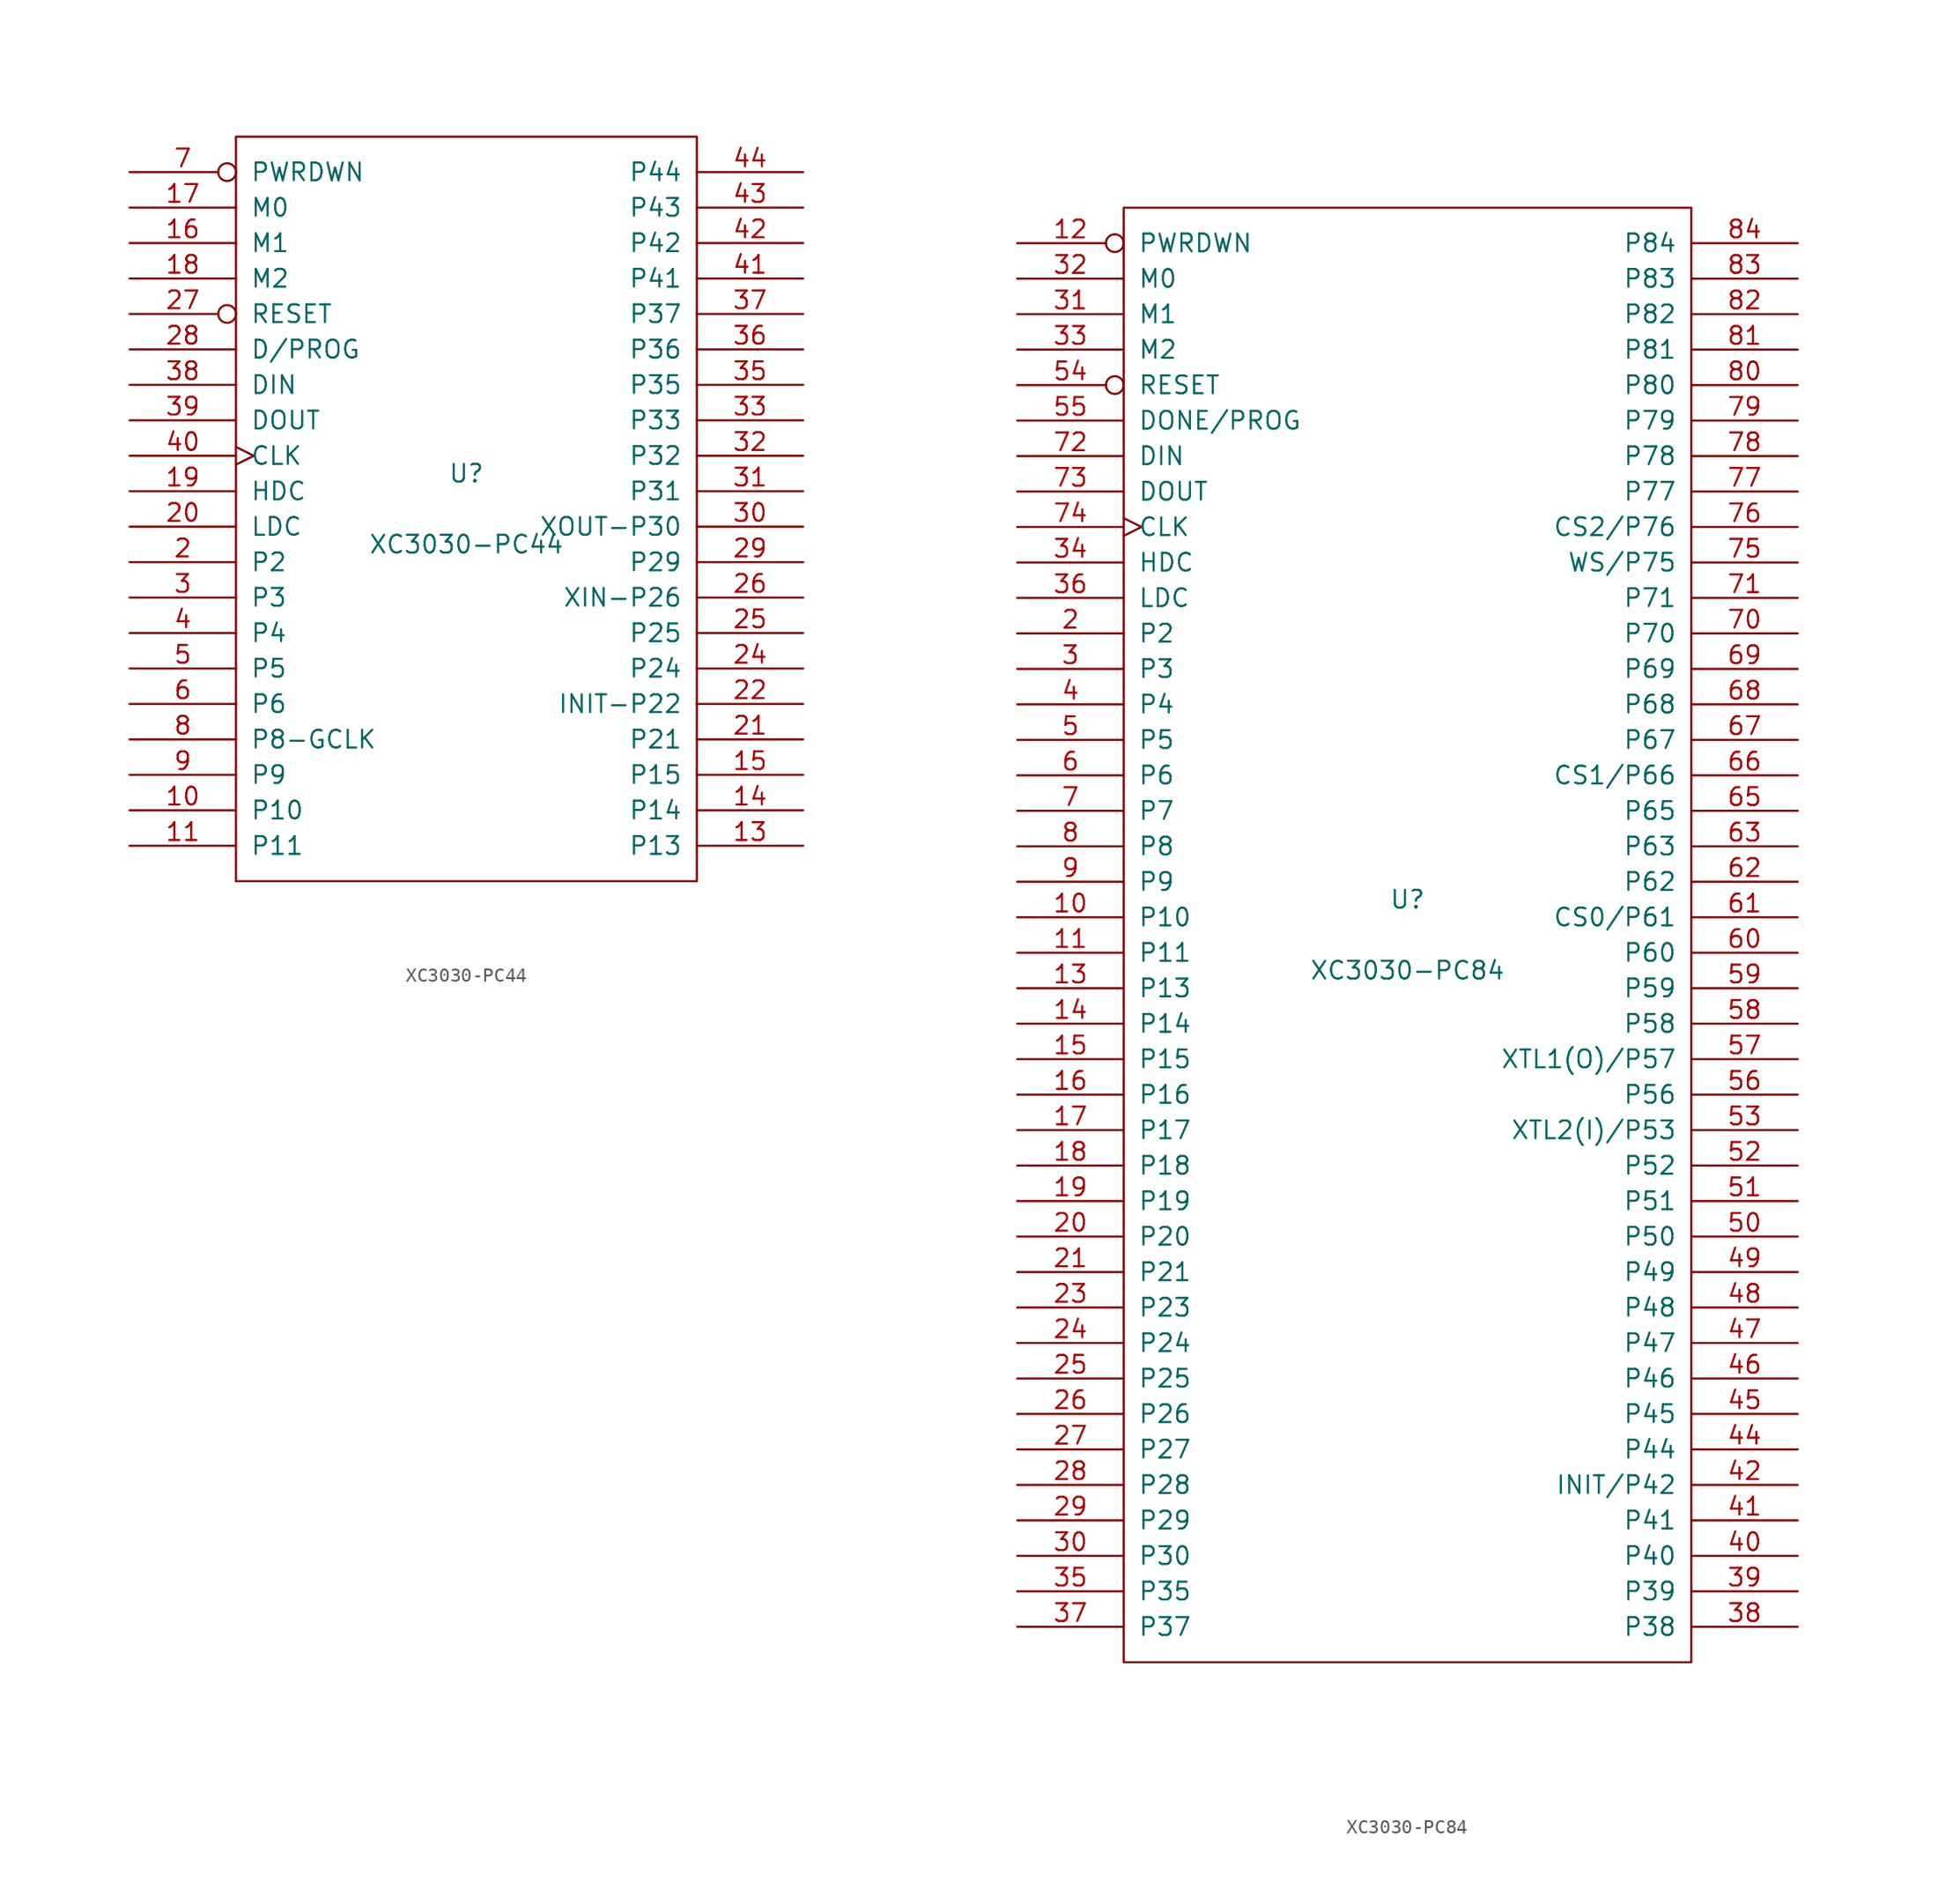
<source format=kicad_sym>
(kicad_symbol_lib
  (version 20201005)
  (generator kicad_symbol_editor)
  (symbol "XC3030-PC44"
    (pin_names
      (offset 1.016))
    (property "Reference" "U"
      (at 0 2.54 0)
      (effects (font (size 1.27 1.27))))
    (property "Value" "XC3030-PC44"
      (at 0 -2.54 0)
      (effects (font (size 1.27 1.27))))
    (symbol "XC3030-PC44_0_1"
      (rectangle (start -16.51 -26.67) (end 16.51 26.67) (stroke (width 0)) (fill (type none))))
    (symbol "XC3030-PC44_1_1"
      (pin power_in line (at 1.27 -26.67 90) (length 0) hide (name "GND" (effects (font (size 1.27 1.27)))) (number "1" (effects (font (size 1.27 1.27)))))
      (pin passive line (at -24.13 -21.59 0) (length 7.62) (name "P10" (effects (font (size 1.27 1.27)))) (number "10" (effects (font (size 1.27 1.27)))))
      (pin passive line (at -24.13 -24.13 0) (length 7.62) (name "P11" (effects (font (size 1.27 1.27)))) (number "11" (effects (font (size 1.27 1.27)))))
      (pin power_in line (at -1.27 26.67 270) (length 0) hide (name "VCC" (effects (font (size 1.27 1.27)))) (number "12" (effects (font (size 1.27 1.27)))))
      (pin passive line (at 24.13 -24.13 180) (length 7.62) (name "P13" (effects (font (size 1.27 1.27)))) (number "13" (effects (font (size 1.27 1.27)))))
      (pin bidirectional line (at 24.13 -21.59 180) (length 7.62) (name "P14" (effects (font (size 1.27 1.27)))) (number "14" (effects (font (size 1.27 1.27)))))
      (pin passive line (at 24.13 -19.05 180) (length 7.62) (name "P15" (effects (font (size 1.27 1.27)))) (number "15" (effects (font (size 1.27 1.27)))))
      (pin input line (at -24.13 19.05 0) (length 7.62) (name "M1" (effects (font (size 1.27 1.27)))) (number "16" (effects (font (size 1.27 1.27)))))
      (pin input line (at -24.13 21.59 0) (length 7.62) (name "M0" (effects (font (size 1.27 1.27)))) (number "17" (effects (font (size 1.27 1.27)))))
      (pin bidirectional line (at -24.13 16.51 0) (length 7.62) (name "M2" (effects (font (size 1.27 1.27)))) (number "18" (effects (font (size 1.27 1.27)))))
      (pin output line (at -24.13 1.27 0) (length 7.62) (name "HDC" (effects (font (size 1.27 1.27)))) (number "19" (effects (font (size 1.27 1.27)))))
      (pin passive line (at -24.13 -3.81 0) (length 7.62) (name "P2" (effects (font (size 1.27 1.27)))) (number "2" (effects (font (size 1.27 1.27)))))
      (pin output line (at -24.13 -1.27 0) (length 7.62) (name "LDC" (effects (font (size 1.27 1.27)))) (number "20" (effects (font (size 1.27 1.27)))))
      (pin passive line (at 24.13 -16.51 180) (length 7.62) (name "P21" (effects (font (size 1.27 1.27)))) (number "21" (effects (font (size 1.27 1.27)))))
      (pin passive line (at 24.13 -13.97 180) (length 7.62) (name "INIT-P22" (effects (font (size 1.27 1.27)))) (number "22" (effects (font (size 1.27 1.27)))))
      (pin power_in line (at 3.81 -26.67 90) (length 0) hide (name "GND" (effects (font (size 1.27 1.27)))) (number "23" (effects (font (size 1.27 1.27)))))
      (pin passive line (at 24.13 -11.43 180) (length 7.62) (name "P24" (effects (font (size 1.27 1.27)))) (number "24" (effects (font (size 1.27 1.27)))))
      (pin passive line (at 24.13 -8.89 180) (length 7.62) (name "P25" (effects (font (size 1.27 1.27)))) (number "25" (effects (font (size 1.27 1.27)))))
      (pin passive line (at 24.13 -6.35 180) (length 7.62) (name "XIN-P26" (effects (font (size 1.27 1.27)))) (number "26" (effects (font (size 1.27 1.27)))))
      (pin input inverted (at -24.13 13.97 0) (length 7.62) (name "RESET" (effects (font (size 1.27 1.27)))) (number "27" (effects (font (size 1.27 1.27)))))
      (pin bidirectional line (at -24.13 11.43 0) (length 7.62) (name "D/PROG" (effects (font (size 1.27 1.27)))) (number "28" (effects (font (size 1.27 1.27)))))
      (pin passive line (at 24.13 -3.81 180) (length 7.62) (name "P29" (effects (font (size 1.27 1.27)))) (number "29" (effects (font (size 1.27 1.27)))))
      (pin passive line (at -24.13 -6.35 0) (length 7.62) (name "P3" (effects (font (size 1.27 1.27)))) (number "3" (effects (font (size 1.27 1.27)))))
      (pin passive line (at 24.13 -1.27 180) (length 7.62) (name "XOUT-P30" (effects (font (size 1.27 1.27)))) (number "30" (effects (font (size 1.27 1.27)))))
      (pin passive line (at 24.13 1.27 180) (length 7.62) (name "P31" (effects (font (size 1.27 1.27)))) (number "31" (effects (font (size 1.27 1.27)))))
      (pin passive line (at 24.13 3.81 180) (length 7.62) (name "P32" (effects (font (size 1.27 1.27)))) (number "32" (effects (font (size 1.27 1.27)))))
      (pin passive line (at 24.13 6.35 180) (length 7.62) (name "P33" (effects (font (size 1.27 1.27)))) (number "33" (effects (font (size 1.27 1.27)))))
      (pin power_in line (at 1.27 26.67 270) (length 0) hide (name "VCC" (effects (font (size 1.27 1.27)))) (number "34" (effects (font (size 1.27 1.27)))))
      (pin passive line (at 24.13 8.89 180) (length 7.62) (name "P35" (effects (font (size 1.27 1.27)))) (number "35" (effects (font (size 1.27 1.27)))))
      (pin passive line (at 24.13 11.43 180) (length 7.62) (name "P36" (effects (font (size 1.27 1.27)))) (number "36" (effects (font (size 1.27 1.27)))))
      (pin passive line (at 24.13 13.97 180) (length 7.62) (name "P37" (effects (font (size 1.27 1.27)))) (number "37" (effects (font (size 1.27 1.27)))))
      (pin bidirectional line (at -24.13 8.89 0) (length 7.62) (name "DIN" (effects (font (size 1.27 1.27)))) (number "38" (effects (font (size 1.27 1.27)))))
      (pin bidirectional line (at -24.13 6.35 0) (length 7.62) (name "DOUT" (effects (font (size 1.27 1.27)))) (number "39" (effects (font (size 1.27 1.27)))))
      (pin passive line (at -24.13 -8.89 0) (length 7.62) (name "P4" (effects (font (size 1.27 1.27)))) (number "4" (effects (font (size 1.27 1.27)))))
      (pin input clock (at -24.13 3.81 0) (length 7.62) (name "CLK" (effects (font (size 1.27 1.27)))) (number "40" (effects (font (size 1.27 1.27)))))
      (pin passive line (at 24.13 16.51 180) (length 7.62) (name "P41" (effects (font (size 1.27 1.27)))) (number "41" (effects (font (size 1.27 1.27)))))
      (pin passive line (at 24.13 19.05 180) (length 7.62) (name "P42" (effects (font (size 1.27 1.27)))) (number "42" (effects (font (size 1.27 1.27)))))
      (pin passive line (at 24.13 21.59 180) (length 7.62) (name "P43" (effects (font (size 1.27 1.27)))) (number "43" (effects (font (size 1.27 1.27)))))
      (pin passive line (at 24.13 24.13 180) (length 7.62) (name "P44" (effects (font (size 1.27 1.27)))) (number "44" (effects (font (size 1.27 1.27)))))
      (pin passive line (at -24.13 -11.43 0) (length 7.62) (name "P5" (effects (font (size 1.27 1.27)))) (number "5" (effects (font (size 1.27 1.27)))))
      (pin passive line (at -24.13 -13.97 0) (length 7.62) (name "P6" (effects (font (size 1.27 1.27)))) (number "6" (effects (font (size 1.27 1.27)))))
      (pin input inverted (at -24.13 24.13 0) (length 7.62) (name "PWRDWN" (effects (font (size 1.27 1.27)))) (number "7" (effects (font (size 1.27 1.27)))))
      (pin passive line (at -24.13 -16.51 0) (length 7.62) (name "P8-GCLK" (effects (font (size 1.27 1.27)))) (number "8" (effects (font (size 1.27 1.27)))))
      (pin bidirectional line (at -24.13 -19.05 0) (length 7.62) (name "P9" (effects (font (size 1.27 1.27)))) (number "9" (effects (font (size 1.27 1.27)))))))
  (symbol "XC3030-PC84"
    (pin_names
      (offset 1.016))
    (property "Reference" "U"
      (at 0 2.54 0)
      (effects (font (size 1.27 1.27))))
    (property "Value" "XC3030-PC84"
      (at 0 -2.54 0)
      (effects (font (size 1.27 1.27))))
    (symbol "XC3030-PC84_0_1"
      (rectangle (start -20.32 -52.07) (end 20.32 52.07) (stroke (width 0)) (fill (type none))))
    (symbol "XC3030-PC84_1_1"
      (pin power_in line (at -2.54 -52.07 90) (length 0) hide (name "GND" (effects (font (size 1.27 1.27)))) (number "1" (effects (font (size 1.27 1.27)))))
      (pin passive line (at -27.94 1.27 0) (length 7.62) (name "P10" (effects (font (size 1.27 1.27)))) (number "10" (effects (font (size 1.27 1.27)))))
      (pin passive line (at -27.94 -1.27 0) (length 7.62) (name "P11" (effects (font (size 1.27 1.27)))) (number "11" (effects (font (size 1.27 1.27)))))
      (pin input inverted (at -27.94 49.53 0) (length 7.62) (name "PWRDWN" (effects (font (size 1.27 1.27)))) (number "12" (effects (font (size 1.27 1.27)))))
      (pin passive line (at -27.94 -3.81 0) (length 7.62) (name "P13" (effects (font (size 1.27 1.27)))) (number "13" (effects (font (size 1.27 1.27)))))
      (pin passive line (at -27.94 -6.35 0) (length 7.62) (name "P14" (effects (font (size 1.27 1.27)))) (number "14" (effects (font (size 1.27 1.27)))))
      (pin passive line (at -27.94 -8.89 0) (length 7.62) (name "P15" (effects (font (size 1.27 1.27)))) (number "15" (effects (font (size 1.27 1.27)))))
      (pin passive line (at -27.94 -11.43 0) (length 7.62) (name "P16" (effects (font (size 1.27 1.27)))) (number "16" (effects (font (size 1.27 1.27)))))
      (pin passive line (at -27.94 -13.97 0) (length 7.62) (name "P17" (effects (font (size 1.27 1.27)))) (number "17" (effects (font (size 1.27 1.27)))))
      (pin passive line (at -27.94 -16.51 0) (length 7.62) (name "P18" (effects (font (size 1.27 1.27)))) (number "18" (effects (font (size 1.27 1.27)))))
      (pin passive line (at -27.94 -19.05 0) (length 7.62) (name "P19" (effects (font (size 1.27 1.27)))) (number "19" (effects (font (size 1.27 1.27)))))
      (pin passive line (at -27.94 21.59 0) (length 7.62) (name "P2" (effects (font (size 1.27 1.27)))) (number "2" (effects (font (size 1.27 1.27)))))
      (pin passive line (at -27.94 -21.59 0) (length 7.62) (name "P20" (effects (font (size 1.27 1.27)))) (number "20" (effects (font (size 1.27 1.27)))))
      (pin passive line (at -27.94 -24.13 0) (length 7.62) (name "P21" (effects (font (size 1.27 1.27)))) (number "21" (effects (font (size 1.27 1.27)))))
      (pin power_in line (at 0 52.07 270) (length 0) hide (name "VCC" (effects (font (size 1.27 1.27)))) (number "22" (effects (font (size 1.27 1.27)))))
      (pin passive line (at -27.94 -26.67 0) (length 7.62) (name "P23" (effects (font (size 1.27 1.27)))) (number "23" (effects (font (size 1.27 1.27)))))
      (pin passive line (at -27.94 -29.21 0) (length 7.62) (name "P24" (effects (font (size 1.27 1.27)))) (number "24" (effects (font (size 1.27 1.27)))))
      (pin passive line (at -27.94 -31.75 0) (length 7.62) (name "P25" (effects (font (size 1.27 1.27)))) (number "25" (effects (font (size 1.27 1.27)))))
      (pin passive line (at -27.94 -34.29 0) (length 7.62) (name "P26" (effects (font (size 1.27 1.27)))) (number "26" (effects (font (size 1.27 1.27)))))
      (pin passive line (at -27.94 -36.83 0) (length 7.62) (name "P27" (effects (font (size 1.27 1.27)))) (number "27" (effects (font (size 1.27 1.27)))))
      (pin passive line (at -27.94 -39.37 0) (length 7.62) (name "P28" (effects (font (size 1.27 1.27)))) (number "28" (effects (font (size 1.27 1.27)))))
      (pin passive line (at -27.94 -41.91 0) (length 7.62) (name "P29" (effects (font (size 1.27 1.27)))) (number "29" (effects (font (size 1.27 1.27)))))
      (pin passive line (at -27.94 19.05 0) (length 7.62) (name "P3" (effects (font (size 1.27 1.27)))) (number "3" (effects (font (size 1.27 1.27)))))
      (pin passive line (at -27.94 -44.45 0) (length 7.62) (name "P30" (effects (font (size 1.27 1.27)))) (number "30" (effects (font (size 1.27 1.27)))))
      (pin input line (at -27.94 44.45 0) (length 7.62) (name "M1" (effects (font (size 1.27 1.27)))) (number "31" (effects (font (size 1.27 1.27)))))
      (pin input line (at -27.94 46.99 0) (length 7.62) (name "M0" (effects (font (size 1.27 1.27)))) (number "32" (effects (font (size 1.27 1.27)))))
      (pin bidirectional line (at -27.94 41.91 0) (length 7.62) (name "M2" (effects (font (size 1.27 1.27)))) (number "33" (effects (font (size 1.27 1.27)))))
      (pin passive line (at -27.94 26.67 0) (length 7.62) (name "HDC" (effects (font (size 1.27 1.27)))) (number "34" (effects (font (size 1.27 1.27)))))
      (pin passive line (at -27.94 -46.99 0) (length 7.62) (name "P35" (effects (font (size 1.27 1.27)))) (number "35" (effects (font (size 1.27 1.27)))))
      (pin passive line (at -27.94 24.13 0) (length 7.62) (name "LDC" (effects (font (size 1.27 1.27)))) (number "36" (effects (font (size 1.27 1.27)))))
      (pin passive line (at -27.94 -49.53 0) (length 7.62) (name "P37" (effects (font (size 1.27 1.27)))) (number "37" (effects (font (size 1.27 1.27)))))
      (pin passive line (at 27.94 -49.53 180) (length 7.62) (name "P38" (effects (font (size 1.27 1.27)))) (number "38" (effects (font (size 1.27 1.27)))))
      (pin passive line (at 27.94 -46.99 180) (length 7.62) (name "P39" (effects (font (size 1.27 1.27)))) (number "39" (effects (font (size 1.27 1.27)))))
      (pin passive line (at -27.94 16.51 0) (length 7.62) (name "P4" (effects (font (size 1.27 1.27)))) (number "4" (effects (font (size 1.27 1.27)))))
      (pin passive line (at 27.94 -44.45 180) (length 7.62) (name "P40" (effects (font (size 1.27 1.27)))) (number "40" (effects (font (size 1.27 1.27)))))
      (pin passive line (at 27.94 -41.91 180) (length 7.62) (name "P41" (effects (font (size 1.27 1.27)))) (number "41" (effects (font (size 1.27 1.27)))))
      (pin passive line (at 27.94 -39.37 180) (length 7.62) (name "INIT/P42" (effects (font (size 1.27 1.27)))) (number "42" (effects (font (size 1.27 1.27)))))
      (pin power_in line (at 0 -52.07 90) (length 0) hide (name "GND" (effects (font (size 1.27 1.27)))) (number "43" (effects (font (size 1.27 1.27)))))
      (pin passive line (at 27.94 -36.83 180) (length 7.62) (name "P44" (effects (font (size 1.27 1.27)))) (number "44" (effects (font (size 1.27 1.27)))))
      (pin passive line (at 27.94 -34.29 180) (length 7.62) (name "P45" (effects (font (size 1.27 1.27)))) (number "45" (effects (font (size 1.27 1.27)))))
      (pin passive line (at 27.94 -31.75 180) (length 7.62) (name "P46" (effects (font (size 1.27 1.27)))) (number "46" (effects (font (size 1.27 1.27)))))
      (pin passive line (at 27.94 -29.21 180) (length 7.62) (name "P47" (effects (font (size 1.27 1.27)))) (number "47" (effects (font (size 1.27 1.27)))))
      (pin passive line (at 27.94 -26.67 180) (length 7.62) (name "P48" (effects (font (size 1.27 1.27)))) (number "48" (effects (font (size 1.27 1.27)))))
      (pin passive line (at 27.94 -24.13 180) (length 7.62) (name "P49" (effects (font (size 1.27 1.27)))) (number "49" (effects (font (size 1.27 1.27)))))
      (pin passive line (at -27.94 13.97 0) (length 7.62) (name "P5" (effects (font (size 1.27 1.27)))) (number "5" (effects (font (size 1.27 1.27)))))
      (pin passive line (at 27.94 -21.59 180) (length 7.62) (name "P50" (effects (font (size 1.27 1.27)))) (number "50" (effects (font (size 1.27 1.27)))))
      (pin passive line (at 27.94 -19.05 180) (length 7.62) (name "P51" (effects (font (size 1.27 1.27)))) (number "51" (effects (font (size 1.27 1.27)))))
      (pin passive line (at 27.94 -16.51 180) (length 7.62) (name "P52" (effects (font (size 1.27 1.27)))) (number "52" (effects (font (size 1.27 1.27)))))
      (pin passive line (at 27.94 -13.97 180) (length 7.62) (name "XTL2(I)/P53" (effects (font (size 1.27 1.27)))) (number "53" (effects (font (size 1.27 1.27)))))
      (pin input inverted (at -27.94 39.37 0) (length 7.62) (name "RESET" (effects (font (size 1.27 1.27)))) (number "54" (effects (font (size 1.27 1.27)))))
      (pin bidirectional line (at -27.94 36.83 0) (length 7.62) (name "DONE/PROG" (effects (font (size 1.27 1.27)))) (number "55" (effects (font (size 1.27 1.27)))))
      (pin passive line (at 27.94 -11.43 180) (length 7.62) (name "P56" (effects (font (size 1.27 1.27)))) (number "56" (effects (font (size 1.27 1.27)))))
      (pin passive line (at 27.94 -8.89 180) (length 7.62) (name "XTL1(O)/P57" (effects (font (size 1.27 1.27)))) (number "57" (effects (font (size 1.27 1.27)))))
      (pin passive line (at 27.94 -6.35 180) (length 7.62) (name "P58" (effects (font (size 1.27 1.27)))) (number "58" (effects (font (size 1.27 1.27)))))
      (pin passive line (at 27.94 -3.81 180) (length 7.62) (name "P59" (effects (font (size 1.27 1.27)))) (number "59" (effects (font (size 1.27 1.27)))))
      (pin passive line (at -27.94 11.43 0) (length 7.62) (name "P6" (effects (font (size 1.27 1.27)))) (number "6" (effects (font (size 1.27 1.27)))))
      (pin passive line (at 27.94 -1.27 180) (length 7.62) (name "P60" (effects (font (size 1.27 1.27)))) (number "60" (effects (font (size 1.27 1.27)))))
      (pin passive line (at 27.94 1.27 180) (length 7.62) (name "CS0/P61" (effects (font (size 1.27 1.27)))) (number "61" (effects (font (size 1.27 1.27)))))
      (pin passive line (at 27.94 3.81 180) (length 7.62) (name "P62" (effects (font (size 1.27 1.27)))) (number "62" (effects (font (size 1.27 1.27)))))
      (pin passive line (at 27.94 6.35 180) (length 7.62) (name "P63" (effects (font (size 1.27 1.27)))) (number "63" (effects (font (size 1.27 1.27)))))
      (pin power_in line (at -2.54 52.07 270) (length 0) hide (name "VCC" (effects (font (size 1.27 1.27)))) (number "64" (effects (font (size 1.27 1.27)))))
      (pin passive line (at 27.94 8.89 180) (length 7.62) (name "P65" (effects (font (size 1.27 1.27)))) (number "65" (effects (font (size 1.27 1.27)))))
      (pin passive line (at 27.94 11.43 180) (length 7.62) (name "CS1/P66" (effects (font (size 1.27 1.27)))) (number "66" (effects (font (size 1.27 1.27)))))
      (pin passive line (at 27.94 13.97 180) (length 7.62) (name "P67" (effects (font (size 1.27 1.27)))) (number "67" (effects (font (size 1.27 1.27)))))
      (pin passive line (at 27.94 16.51 180) (length 7.62) (name "P68" (effects (font (size 1.27 1.27)))) (number "68" (effects (font (size 1.27 1.27)))))
      (pin passive line (at 27.94 19.05 180) (length 7.62) (name "P69" (effects (font (size 1.27 1.27)))) (number "69" (effects (font (size 1.27 1.27)))))
      (pin passive line (at -27.94 8.89 0) (length 7.62) (name "P7" (effects (font (size 1.27 1.27)))) (number "7" (effects (font (size 1.27 1.27)))))
      (pin passive line (at 27.94 21.59 180) (length 7.62) (name "P70" (effects (font (size 1.27 1.27)))) (number "70" (effects (font (size 1.27 1.27)))))
      (pin passive line (at 27.94 24.13 180) (length 7.62) (name "P71" (effects (font (size 1.27 1.27)))) (number "71" (effects (font (size 1.27 1.27)))))
      (pin input line (at -27.94 34.29 0) (length 7.62) (name "DIN" (effects (font (size 1.27 1.27)))) (number "72" (effects (font (size 1.27 1.27)))))
      (pin passive line (at -27.94 31.75 0) (length 7.62) (name "DOUT" (effects (font (size 1.27 1.27)))) (number "73" (effects (font (size 1.27 1.27)))))
      (pin bidirectional clock (at -27.94 29.21 0) (length 7.62) (name "CLK" (effects (font (size 1.27 1.27)))) (number "74" (effects (font (size 1.27 1.27)))))
      (pin passive line (at 27.94 26.67 180) (length 7.62) (name "WS/P75" (effects (font (size 1.27 1.27)))) (number "75" (effects (font (size 1.27 1.27)))))
      (pin passive line (at 27.94 29.21 180) (length 7.62) (name "CS2/P76" (effects (font (size 1.27 1.27)))) (number "76" (effects (font (size 1.27 1.27)))))
      (pin passive line (at 27.94 31.75 180) (length 7.62) (name "P77" (effects (font (size 1.27 1.27)))) (number "77" (effects (font (size 1.27 1.27)))))
      (pin passive line (at 27.94 34.29 180) (length 7.62) (name "P78" (effects (font (size 1.27 1.27)))) (number "78" (effects (font (size 1.27 1.27)))))
      (pin passive line (at 27.94 36.83 180) (length 7.62) (name "P79" (effects (font (size 1.27 1.27)))) (number "79" (effects (font (size 1.27 1.27)))))
      (pin passive line (at -27.94 6.35 0) (length 7.62) (name "P8" (effects (font (size 1.27 1.27)))) (number "8" (effects (font (size 1.27 1.27)))))
      (pin passive line (at 27.94 39.37 180) (length 7.62) (name "P80" (effects (font (size 1.27 1.27)))) (number "80" (effects (font (size 1.27 1.27)))))
      (pin passive line (at 27.94 41.91 180) (length 7.62) (name "P81" (effects (font (size 1.27 1.27)))) (number "81" (effects (font (size 1.27 1.27)))))
      (pin passive line (at 27.94 44.45 180) (length 7.62) (name "P82" (effects (font (size 1.27 1.27)))) (number "82" (effects (font (size 1.27 1.27)))))
      (pin passive line (at 27.94 46.99 180) (length 7.62) (name "P83" (effects (font (size 1.27 1.27)))) (number "83" (effects (font (size 1.27 1.27)))))
      (pin passive line (at 27.94 49.53 180) (length 7.62) (name "P84" (effects (font (size 1.27 1.27)))) (number "84" (effects (font (size 1.27 1.27)))))
      (pin passive line (at -27.94 3.81 0) (length 7.62) (name "P9" (effects (font (size 1.27 1.27)))) (number "9" (effects (font (size 1.27 1.27))))))))
</source>
